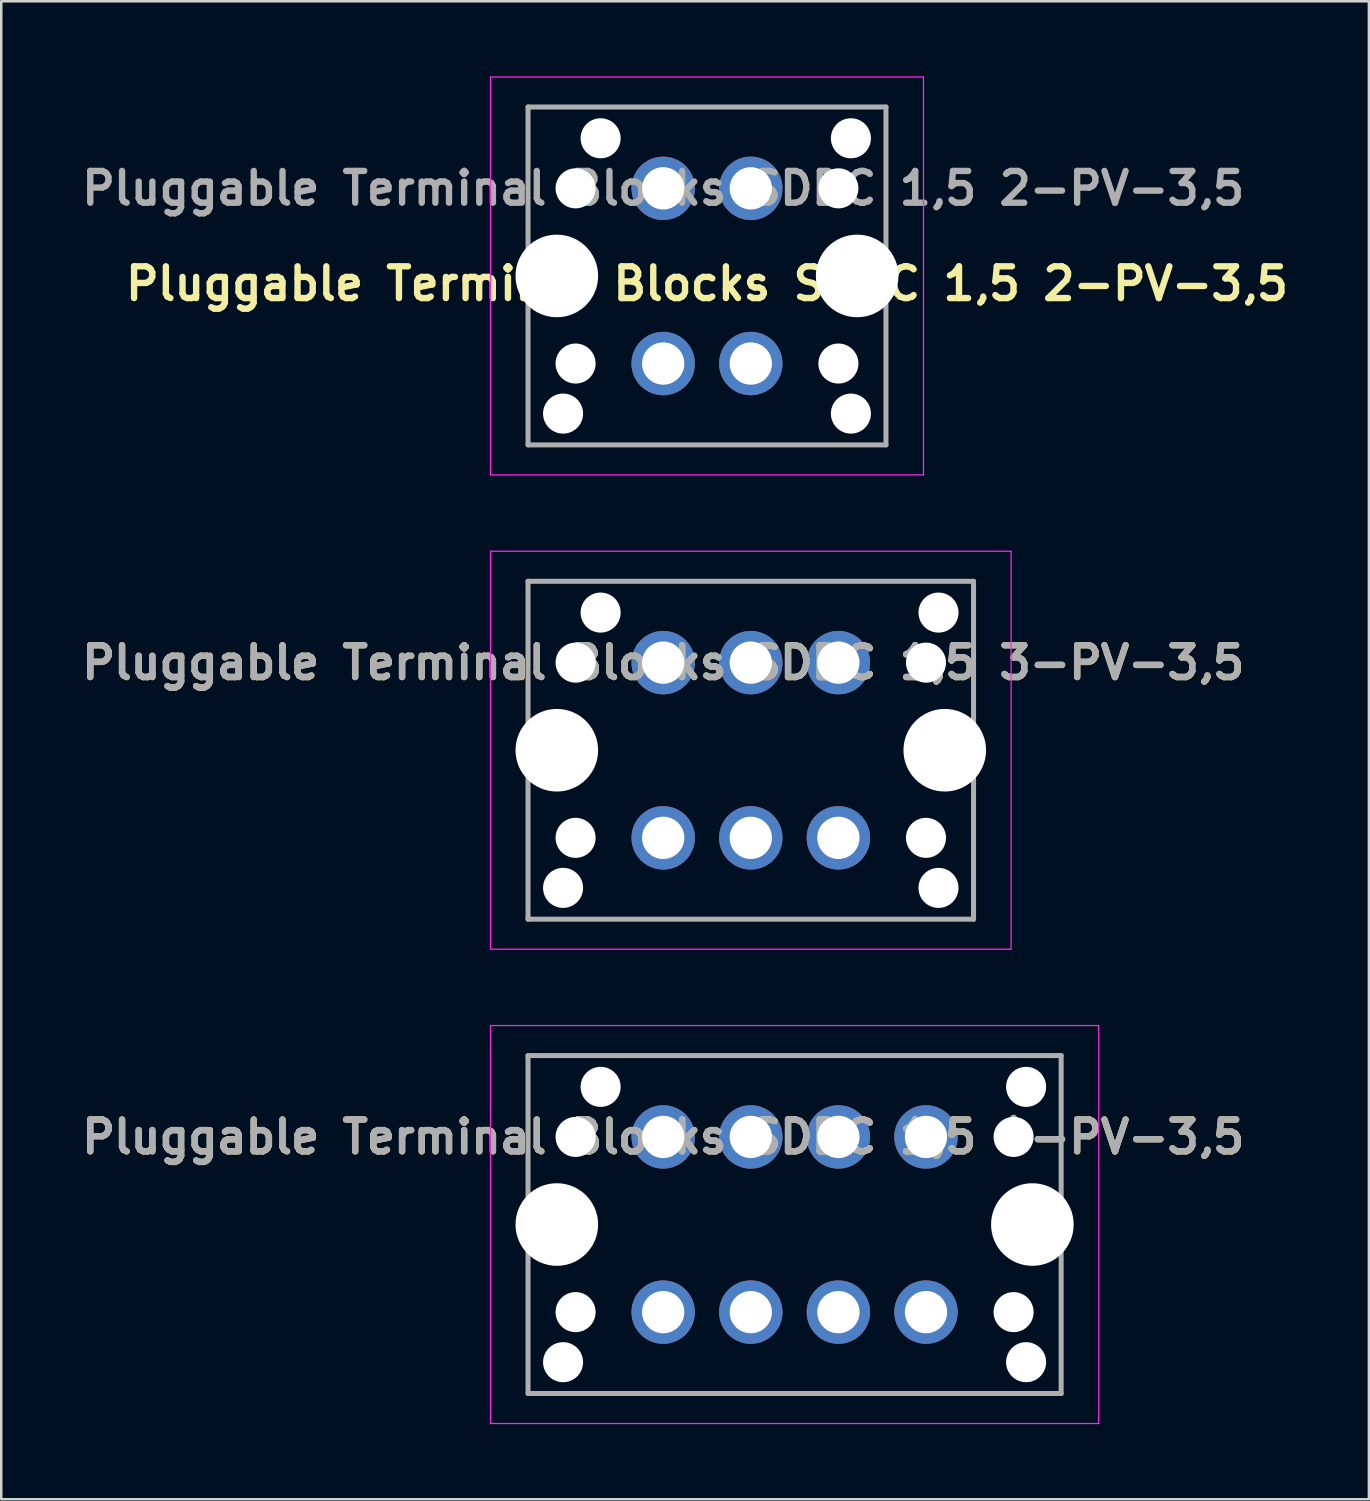
<source format=kicad_pcb>
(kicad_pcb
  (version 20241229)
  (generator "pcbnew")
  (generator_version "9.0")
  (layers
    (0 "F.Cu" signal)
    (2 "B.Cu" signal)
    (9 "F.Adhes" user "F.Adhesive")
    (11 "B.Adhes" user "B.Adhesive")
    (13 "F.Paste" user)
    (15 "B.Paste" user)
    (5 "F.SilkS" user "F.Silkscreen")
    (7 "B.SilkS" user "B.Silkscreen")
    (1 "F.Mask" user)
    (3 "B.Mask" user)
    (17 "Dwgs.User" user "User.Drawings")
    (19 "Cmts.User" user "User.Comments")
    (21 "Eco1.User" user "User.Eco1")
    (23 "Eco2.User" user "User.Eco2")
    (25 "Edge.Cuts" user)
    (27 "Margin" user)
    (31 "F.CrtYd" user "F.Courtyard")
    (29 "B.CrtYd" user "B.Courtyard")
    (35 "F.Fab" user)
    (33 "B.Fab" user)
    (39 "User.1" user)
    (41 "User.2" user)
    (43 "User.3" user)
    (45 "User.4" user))
  (footprint "Pluggable Terminal Blocks SDDC 1,5 3-PV-3,5"
    (layer "F.Cu")
    (at 23.447 23.425)
    (property "Reference" "Pluggable Terminal Blocks SDDC 1,5 3-PV-3,5" (at 0 0 0) (layer "F.SilkS") (effects (font (size 1.27 1.27) (thickness 0.254))))
    (attr through_hole)
    (fp_line (start -5.4 -3.25) (end 12.4 -3.25) (stroke (width 0.1) (type solid)) (layer "F.SilkS"))
    (fp_line (start 12.4 10.25) (end -5.4 10.25) (stroke (width 0.1) (type solid)) (layer "F.SilkS"))
    (fp_line (start -6.9 -4.45) (end 13.9 -4.45) (stroke (width 0.05) (type solid)) (layer "F.CrtYd"))
    (fp_line (start -6.9 11.45) (end -6.9 -4.45) (stroke (width 0.05) (type solid)) (layer "F.CrtYd"))
    (fp_line (start 13.9 -4.45) (end 13.9 11.45) (stroke (width 0.05) (type solid)) (layer "F.CrtYd"))
    (fp_line (start 13.9 11.45) (end -6.9 11.45) (stroke (width 0.05) (type solid)) (layer "F.CrtYd"))
    (fp_line (start -5.4 -3.25) (end 12.4 -3.25) (stroke (width 0.2) (type solid)) (layer "F.Fab"))
    (fp_line (start -5.4 10.25) (end -5.4 -3.25) (stroke (width 0.2) (type solid)) (layer "F.Fab"))
    (fp_line (start 12.4 -3.25) (end 12.4 10.25) (stroke (width 0.2) (type solid)) (layer "F.Fab"))
    (fp_line (start 12.4 10.25) (end -5.4 10.25) (stroke (width 0.2) (type solid)) (layer "F.Fab"))
    (fp_text user "${REFERENCE}" (at 0 0 0) (layer "F.Fab") (effects (font (size 1.27 1.27) (thickness 0.254))))
    (pad "" np_thru_hole circle (at -4.25 3.5) (size 3.3 3.3) (drill 3.3) (layers "*.Cu" "*.Mask"))
    (pad "" np_thru_hole circle (at -4 9) (size 1.6 1.6) (drill 1.6) (layers "*.Cu" "*.Mask"))
    (pad "" np_thru_hole circle (at -3.5 0) (size 1.6 1.6) (drill 1.6) (layers "*.Cu" "*.Mask"))
    (pad "" np_thru_hole circle (at -3.5 7) (size 1.6 1.6) (drill 1.6) (layers "*.Cu" "*.Mask"))
    (pad "" np_thru_hole circle (at -2.5 -2) (size 1.6 1.6) (drill 1.6) (layers "*.Cu" "*.Mask"))
    (pad "" np_thru_hole circle (at 10.5 0) (size 1.6 1.6) (drill 1.6) (layers "*.Cu" "*.Mask"))
    (pad "" np_thru_hole circle (at 10.5 7) (size 1.6 1.6) (drill 1.6) (layers "*.Cu" "*.Mask"))
    (pad "" np_thru_hole circle (at 11 -2) (size 1.6 1.6) (drill 1.6) (layers "*.Cu" "*.Mask"))
    (pad "" np_thru_hole circle (at 11 9) (size 1.6 1.6) (drill 1.6) (layers "*.Cu" "*.Mask"))
    (pad "" np_thru_hole circle (at 11.25 3.5) (size 3.3 3.3) (drill 3.3) (layers "*.Cu" "*.Mask"))
    (pad "1" thru_hole circle (at 0 0) (size 2.535 2.535) (drill 1.69) (layers "*.Cu" "*.Mask"))
    (pad "2" thru_hole circle (at 3.5 0) (size 2.535 2.535) (drill 1.69) (layers "*.Cu" "*.Mask"))
    (pad "3" thru_hole circle (at 7 0) (size 2.535 2.535) (drill 1.69) (layers "*.Cu" "*.Mask"))
    (pad "4" thru_hole circle (at 0 7) (size 2.535 2.535) (drill 1.69) (layers "*.Cu" "*.Mask"))
    (pad "5" thru_hole circle (at 3.5 7) (size 2.535 2.535) (drill 1.69) (layers "*.Cu" "*.Mask"))
    (pad "6" thru_hole circle (at 7 7) (size 2.535 2.535) (drill 1.69) (layers "*.Cu" "*.Mask")))
  (footprint "Pluggable Terminal Blocks SDDC 1,5 2-PV-3,5"
    (layer "F.Cu")
    (at 23.447 4.475)
    (property "Reference" "Pluggable Terminal Blocks SDDC 1,5 2-PV-3,5" (at 1.75 3.81 0) (layer "F.SilkS") (effects (font (size 1.27 1.27) (thickness 0.254))))
    (attr through_hole)
    (fp_line (start -5.4 -3.25) (end 8.9 -3.25) (stroke (width 0.1) (type solid)) (layer "F.SilkS"))
    (fp_line (start 8.9 10.25) (end -5.4 10.25) (stroke (width 0.1) (type solid)) (layer "F.SilkS"))
    (fp_line (start -6.9 -4.45) (end 10.4 -4.45) (stroke (width 0.05) (type solid)) (layer "F.CrtYd"))
    (fp_line (start -6.9 11.45) (end -6.9 -4.45) (stroke (width 0.05) (type solid)) (layer "F.CrtYd"))
    (fp_line (start 10.4 -4.45) (end 10.4 11.45) (stroke (width 0.05) (type solid)) (layer "F.CrtYd"))
    (fp_line (start 10.4 11.45) (end -6.9 11.45) (stroke (width 0.05) (type solid)) (layer "F.CrtYd"))
    (fp_line (start -5.4 -3.25) (end 8.9 -3.25) (stroke (width 0.2) (type solid)) (layer "F.Fab"))
    (fp_line (start -5.4 10.25) (end -5.4 -3.25) (stroke (width 0.2) (type solid)) (layer "F.Fab"))
    (fp_line (start 8.9 -3.25) (end 8.9 10.25) (stroke (width 0.2) (type solid)) (layer "F.Fab"))
    (fp_line (start 8.9 10.25) (end -5.4 10.25) (stroke (width 0.2) (type solid)) (layer "F.Fab"))
    (fp_text user "${REFERENCE}" (at 0 0 0) (layer "F.Fab") (effects (font (size 1.27 1.27) (thickness 0.254))))
    (pad "" np_thru_hole circle (at -4.25 3.5) (size 3.3 3.3) (drill 3.3) (layers "*.Cu" "*.Mask"))
    (pad "" np_thru_hole circle (at -4 9) (size 1.6 1.6) (drill 1.6) (layers "*.Cu" "*.Mask"))
    (pad "" np_thru_hole circle (at -3.5 0) (size 1.6 1.6) (drill 1.6) (layers "*.Cu" "*.Mask"))
    (pad "" np_thru_hole circle (at -3.5 7) (size 1.6 1.6) (drill 1.6) (layers "*.Cu" "*.Mask"))
    (pad "" np_thru_hole circle (at -2.5 -2) (size 1.6 1.6) (drill 1.6) (layers "*.Cu" "*.Mask"))
    (pad "" np_thru_hole circle (at 7 0) (size 1.6 1.6) (drill 1.6) (layers "*.Cu" "*.Mask"))
    (pad "" np_thru_hole circle (at 7 7) (size 1.6 1.6) (drill 1.6) (layers "*.Cu" "*.Mask"))
    (pad "" np_thru_hole circle (at 7.5 -2) (size 1.6 1.6) (drill 1.6) (layers "*.Cu" "*.Mask"))
    (pad "" np_thru_hole circle (at 7.5 9) (size 1.6 1.6) (drill 1.6) (layers "*.Cu" "*.Mask"))
    (pad "" np_thru_hole circle (at 7.75 3.5) (size 3.3 3.3) (drill 3.3) (layers "*.Cu" "*.Mask"))
    (pad "1" thru_hole circle (at 0 0) (size 2.535 2.535) (drill 1.69) (layers "*.Cu" "*.Mask"))
    (pad "2" thru_hole circle (at 3.5 0) (size 2.535 2.535) (drill 1.69) (layers "*.Cu" "*.Mask"))
    (pad "3" thru_hole circle (at 0 7) (size 2.535 2.535) (drill 1.69) (layers "*.Cu" "*.Mask"))
    (pad "4" thru_hole circle (at 3.5 7) (size 2.535 2.535) (drill 1.69) (layers "*.Cu" "*.Mask")))
  (footprint "Pluggable Terminal Blocks SDDC 1,5 4-PV-3,5"
    (layer "F.Cu")
    (at 23.447 42.375)
    (property "Reference" "Pluggable Terminal Blocks SDDC 1,5 4-PV-3,5" (at 0 0 0) (layer "F.SilkS") (effects (font (size 1.27 1.27) (thickness 0.254))))
    (attr through_hole)
    (fp_line (start -5.4 -3.25) (end 15.9 -3.25) (stroke (width 0.1) (type solid)) (layer "F.SilkS"))
    (fp_line (start 15.9 10.25) (end -5.4 10.25) (stroke (width 0.1) (type solid)) (layer "F.SilkS"))
    (fp_line (start -6.9 -4.45) (end 17.4 -4.45) (stroke (width 0.05) (type solid)) (layer "F.CrtYd"))
    (fp_line (start -6.9 11.45) (end -6.9 -4.45) (stroke (width 0.05) (type solid)) (layer "F.CrtYd"))
    (fp_line (start 17.4 -4.45) (end 17.4 11.45) (stroke (width 0.05) (type solid)) (layer "F.CrtYd"))
    (fp_line (start 17.4 11.45) (end -6.9 11.45) (stroke (width 0.05) (type solid)) (layer "F.CrtYd"))
    (fp_line (start -5.4 -3.25) (end 15.9 -3.25) (stroke (width 0.2) (type solid)) (layer "F.Fab"))
    (fp_line (start -5.4 10.25) (end -5.4 -3.25) (stroke (width 0.2) (type solid)) (layer "F.Fab"))
    (fp_line (start 15.9 -3.25) (end 15.9 10.25) (stroke (width 0.2) (type solid)) (layer "F.Fab"))
    (fp_line (start 15.9 10.25) (end -5.4 10.25) (stroke (width 0.2) (type solid)) (layer "F.Fab"))
    (fp_text user "${REFERENCE}" (at 0 0 0) (layer "F.Fab") (effects (font (size 1.27 1.27) (thickness 0.254))))
    (pad "" np_thru_hole circle (at -4.25 3.5) (size 3.3 3.3) (drill 3.3) (layers "*.Cu" "*.Mask"))
    (pad "" np_thru_hole circle (at -4 9) (size 1.6 1.6) (drill 1.6) (layers "*.Cu" "*.Mask"))
    (pad "" np_thru_hole circle (at -3.5 0) (size 1.6 1.6) (drill 1.6) (layers "*.Cu" "*.Mask"))
    (pad "" np_thru_hole circle (at -3.5 7) (size 1.6 1.6) (drill 1.6) (layers "*.Cu" "*.Mask"))
    (pad "" np_thru_hole circle (at -2.5 -2) (size 1.6 1.6) (drill 1.6) (layers "*.Cu" "*.Mask"))
    (pad "" np_thru_hole circle (at 14 0) (size 1.6 1.6) (drill 1.6) (layers "*.Cu" "*.Mask"))
    (pad "" np_thru_hole circle (at 14 7) (size 1.6 1.6) (drill 1.6) (layers "*.Cu" "*.Mask"))
    (pad "" np_thru_hole circle (at 14.5 -2) (size 1.6 1.6) (drill 1.6) (layers "*.Cu" "*.Mask"))
    (pad "" np_thru_hole circle (at 14.5 9) (size 1.6 1.6) (drill 1.6) (layers "*.Cu" "*.Mask"))
    (pad "" np_thru_hole circle (at 14.75 3.5) (size 3.3 3.3) (drill 3.3) (layers "*.Cu" "*.Mask"))
    (pad "1" thru_hole circle (at 0 0) (size 2.535 2.535) (drill 1.69) (layers "*.Cu" "*.Mask"))
    (pad "2" thru_hole circle (at 3.5 0) (size 2.535 2.535) (drill 1.69) (layers "*.Cu" "*.Mask"))
    (pad "3" thru_hole circle (at 7 0) (size 2.535 2.535) (drill 1.69) (layers "*.Cu" "*.Mask"))
    (pad "4" thru_hole circle (at 10.5 0) (size 2.535 2.535) (drill 1.69) (layers "*.Cu" "*.Mask"))
    (pad "5" thru_hole circle (at 0 7) (size 2.535 2.535) (drill 1.69) (layers "*.Cu" "*.Mask"))
    (pad "6" thru_hole circle (at 3.5 7) (size 2.535 2.535) (drill 1.69) (layers "*.Cu" "*.Mask"))
    (pad "7" thru_hole circle (at 7 7) (size 2.535 2.535) (drill 1.69) (layers "*.Cu" "*.Mask"))
    (pad "8" thru_hole circle (at 10.5 7) (size 2.535 2.535) (drill 1.69) (layers "*.Cu" "*.Mask")))
  (gr_rect
    (start -3 -3)
    (end 51.643 56.85)
    (stroke (width 0.1) (type default))
    (fill no)
    (layer "Edge.Cuts")))
</source>
